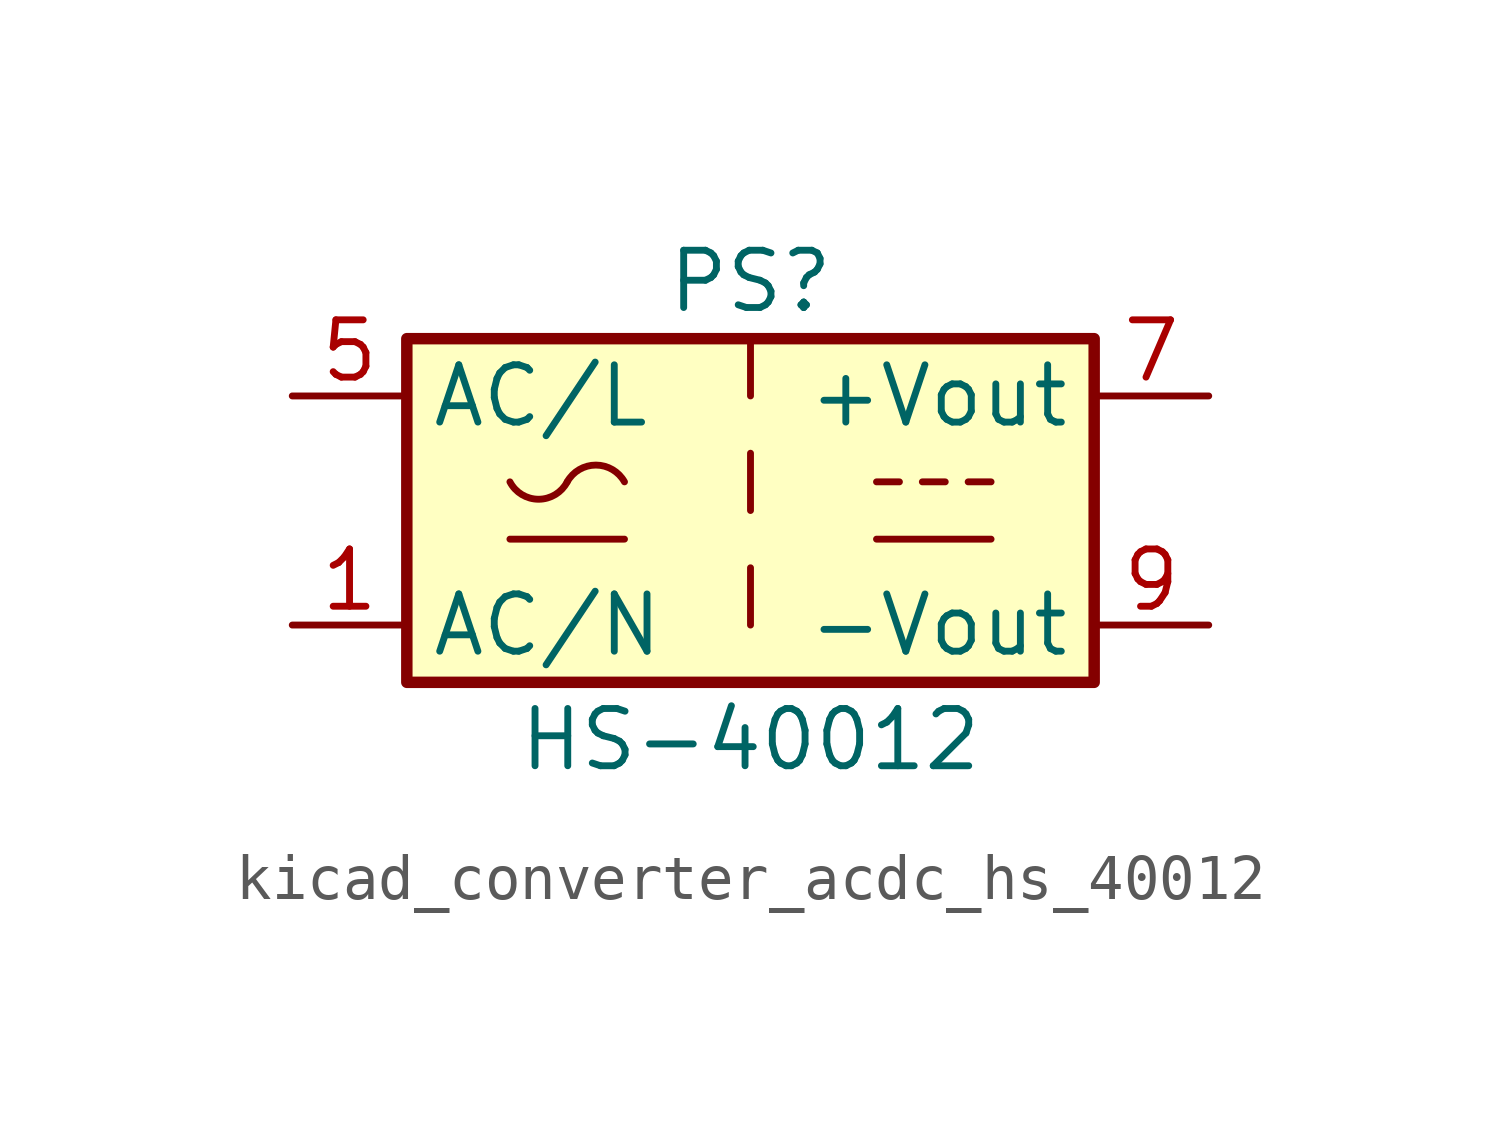
<source format=kicad_sym>
(kicad_symbol_lib
  (version 20220914)
  (generator kicad_symbol_editor)
  (symbol "kicad_converter_acdc_hs_40012"
    (property "Reference" "PS"
      (at 0 5.08 0)
      (effects (font (size 1.27 1.27))))
    (property "Value" "HS-40012"
      (at 0 -5.08 0)
      (effects (font (size 1.27 1.27))))
    (symbol "kicad_converter_acdc_hs_40012_0_1"
      (rectangle (start -7.62 3.81) (end 7.62 -3.81) (stroke (width 0.254) (type default)) (fill (type background)))
      (arc (start -5.334 0.635) (mid -4.699 0.2495) (end -4.064 0.635) (stroke (width 0) (type default)) (fill (type none)))
      (arc (start -2.794 0.635) (mid -3.429 1.0072) (end -4.064 0.635) (stroke (width 0) (type default)) (fill (type none)))
      (polyline (pts (xy -5.334 -0.635) (xy -2.794 -0.635)) (stroke (width 0) (type default)) (fill (type none)))
      (polyline (pts (xy 2.794 -0.635) (xy 5.334 -0.635)) (stroke (width 0) (type default)) (fill (type none)))
      (polyline (pts (xy 2.794 0.635) (xy 3.302 0.635)) (stroke (width 0) (type default)) (fill (type none)))
      (polyline (pts (xy 3.81 0.635) (xy 4.318 0.635)) (stroke (width 0) (type default)) (fill (type none)))
      (polyline (pts (xy 4.826 0.635) (xy 5.334 0.635)) (stroke (width 0) (type default)) (fill (type none))))
    (symbol "kicad_converter_acdc_hs_40012_1_1"
      (polyline (pts (xy 0 -1.27) (xy 0 -2.54)) (stroke (width 0) (type default)) (fill (type none)))
      (polyline (pts (xy 0 1.27) (xy 0 0)) (stroke (width 0) (type default)) (fill (type none)))
      (polyline (pts (xy 0 3.81) (xy 0 2.54)) (stroke (width 0) (type default)) (fill (type none)))
      (pin power_in line (at -10.16 -2.54 0) (length 2.54) (name "AC/N" (effects (font (size 1.27 1.27)))) (number "1" (effects (font (size 1.27 1.27)))))
      (pin power_in line (at -10.16 2.54 0) (length 2.54) (name "AC/L" (effects (font (size 1.27 1.27)))) (number "5" (effects (font (size 1.27 1.27)))))
      (pin power_out line (at 10.16 2.54 180) (length 2.54) (name "+Vout" (effects (font (size 1.27 1.27)))) (number "7" (effects (font (size 1.27 1.27)))))
      (pin power_out line (at 10.16 -2.54 180) (length 2.54) (name "-Vout" (effects (font (size 1.27 1.27)))) (number "9" (effects (font (size 1.27 1.27))))))))
</source>
